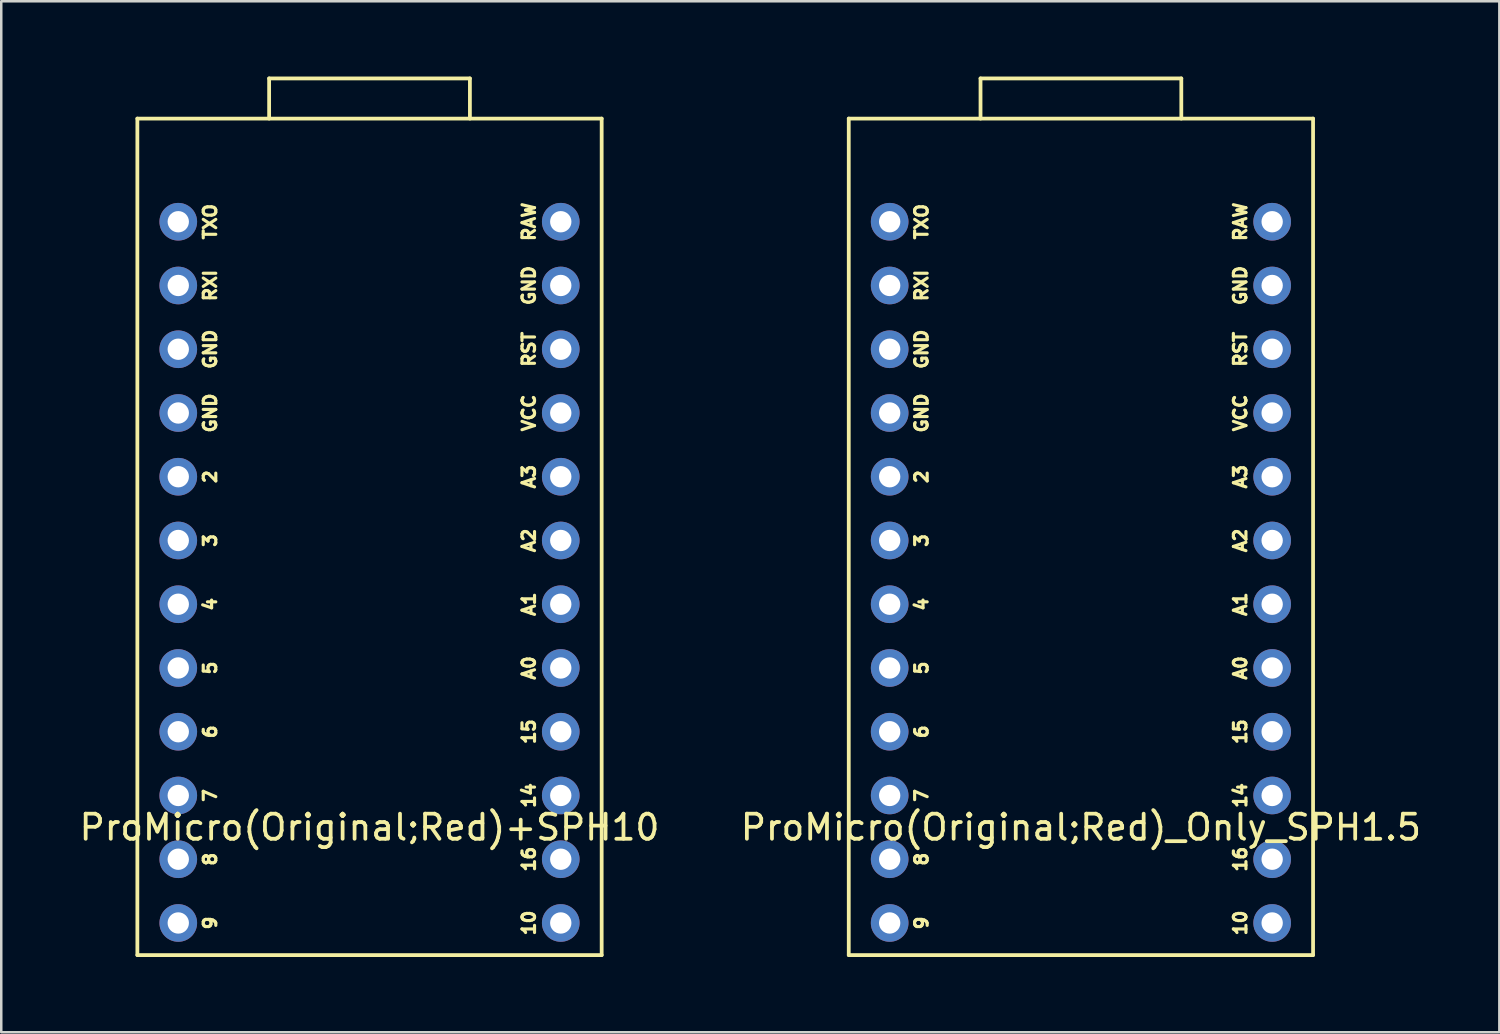
<source format=kicad_pcb>
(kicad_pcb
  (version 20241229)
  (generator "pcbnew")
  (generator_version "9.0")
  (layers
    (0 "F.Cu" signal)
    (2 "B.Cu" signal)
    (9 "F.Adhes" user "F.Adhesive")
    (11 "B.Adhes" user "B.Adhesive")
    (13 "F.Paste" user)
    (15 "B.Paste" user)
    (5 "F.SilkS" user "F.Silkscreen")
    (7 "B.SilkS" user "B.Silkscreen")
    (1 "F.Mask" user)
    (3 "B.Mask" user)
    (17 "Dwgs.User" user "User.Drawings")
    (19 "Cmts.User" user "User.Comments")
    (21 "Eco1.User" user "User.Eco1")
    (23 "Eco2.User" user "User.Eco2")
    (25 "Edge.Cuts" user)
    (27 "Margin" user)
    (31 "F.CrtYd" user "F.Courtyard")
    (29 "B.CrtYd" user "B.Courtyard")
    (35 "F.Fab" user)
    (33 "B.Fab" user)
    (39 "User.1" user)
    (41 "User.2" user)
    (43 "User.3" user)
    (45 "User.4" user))
  (footprint "ProMicro(Original;Red)_Only_SPH1.5"
    (layer "F.Cu")
    (at 32.398 5.785)
    (property "Reference" "ProMicro(Original;Red)_Only_SPH1.5" (at 7.62 24.13 0) (layer "F.SilkS") (effects (font (size 1 1) (thickness 0.15))))
    (attr through_hole)
    (fp_line (start -1.63 -4.11) (end -1.63 29.22) (stroke (width 0.15) (type solid)) (layer "F.SilkS"))
    (fp_line (start -1.63 29.22) (end 16.87 29.22) (stroke (width 0.15) (type solid)) (layer "F.SilkS"))
    (fp_line (start 3.62 -5.71) (end 11.62 -5.71) (stroke (width 0.15) (type solid)) (layer "F.SilkS"))
    (fp_line (start 3.62 -4.11) (end 3.62 -5.71) (stroke (width 0.15) (type solid)) (layer "F.SilkS"))
    (fp_line (start 11.62 -5.71) (end 11.62 -4.11) (stroke (width 0.15) (type solid)) (layer "F.SilkS"))
    (fp_line (start 16.87 -4.11) (end -1.63 -4.11) (stroke (width 0.15) (type solid)) (layer "F.SilkS"))
    (fp_line (start 16.87 29.22) (end 16.87 -4.11) (stroke (width 0.15) (type solid)) (layer "F.SilkS"))
    (fp_text user "RST" (at 13.97 5.08 90) (layer "F.SilkS") (effects (font (size 0.5 0.5) (thickness 0.125))))
    (fp_text user "5" (at 1.27 17.78 90) (layer "F.SilkS") (effects (font (size 0.5 0.5) (thickness 0.125))))
    (fp_text user "TXO" (at 1.27 0 90) (layer "F.SilkS") (effects (font (size 0.5 0.5) (thickness 0.125))))
    (fp_text user "8" (at 1.27 25.4 90) (layer "F.SilkS") (effects (font (size 0.5 0.5) (thickness 0.125))))
    (fp_text user "RAW" (at 13.97 0 90) (layer "F.SilkS") (effects (font (size 0.5 0.5) (thickness 0.125))))
    (fp_text user "A0" (at 13.97 17.78 90) (layer "F.SilkS") (effects (font (size 0.5 0.5) (thickness 0.125))))
    (fp_text user "GND" (at 1.27 5.08 90) (layer "F.SilkS") (effects (font (size 0.5 0.5) (thickness 0.125))))
    (fp_text user "VCC" (at 13.97 7.62 90) (layer "F.SilkS") (effects (font (size 0.5 0.5) (thickness 0.125))))
    (fp_text user "9" (at 1.27 27.94 90) (layer "F.SilkS") (effects (font (size 0.5 0.5) (thickness 0.125))))
    (fp_text user "4" (at 1.27 15.24 90) (layer "F.SilkS") (effects (font (size 0.5 0.5) (thickness 0.125))))
    (fp_text user "16" (at 13.97 25.4 90) (layer "F.SilkS") (effects (font (size 0.5 0.5) (thickness 0.125))))
    (fp_text user "A2" (at 13.97 12.7 90) (layer "F.SilkS") (effects (font (size 0.5 0.5) (thickness 0.125))))
    (fp_text user "7" (at 1.27 22.86 90) (layer "F.SilkS") (effects (font (size 0.5 0.5) (thickness 0.125))))
    (fp_text user "RXI" (at 1.27 2.54 90) (layer "F.SilkS") (effects (font (size 0.5 0.5) (thickness 0.125))))
    (fp_text user "15" (at 13.97 20.32 90) (layer "F.SilkS") (effects (font (size 0.5 0.5) (thickness 0.125))))
    (fp_text user "10" (at 13.97 27.94 90) (layer "F.SilkS") (effects (font (size 0.5 0.5) (thickness 0.125))))
    (fp_text user "A3" (at 13.97 10.16 90) (layer "F.SilkS") (effects (font (size 0.5 0.5) (thickness 0.125))))
    (fp_text user "14" (at 13.97 22.86 90) (layer "F.SilkS") (effects (font (size 0.5 0.5) (thickness 0.125))))
    (fp_text user "6" (at 1.27 20.32 90) (layer "F.SilkS") (effects (font (size 0.5 0.5) (thickness 0.125))))
    (fp_text user "3" (at 1.27 12.7 90) (layer "F.SilkS") (effects (font (size 0.5 0.5) (thickness 0.125))))
    (fp_text user "GND" (at 1.27 7.62 90) (layer "F.SilkS") (effects (font (size 0.5 0.5) (thickness 0.125))))
    (fp_text user "2" (at 1.27 10.16 90) (layer "F.SilkS") (effects (font (size 0.5 0.5) (thickness 0.125))))
    (fp_text user "GND" (at 13.97 2.54 90) (layer "F.SilkS") (effects (font (size 0.5 0.5) (thickness 0.125))))
    (fp_text user "A1" (at 13.97 15.24 90) (layer "F.SilkS") (effects (font (size 0.5 0.5) (thickness 0.125))))
    (pad "2" thru_hole circle (at 0 10.16) (size 1.5 1.5) (drill 0.85) (layers "*.Cu" "*.Mask"))
    (pad "3" thru_hole circle (at 0 12.7) (size 1.5 1.5) (drill 0.85) (layers "*.Cu" "*.Mask"))
    (pad "4" thru_hole circle (at 0 15.24) (size 1.5 1.5) (drill 0.85) (layers "*.Cu" "*.Mask"))
    (pad "5" thru_hole circle (at 0 17.78) (size 1.5 1.5) (drill 0.85) (layers "*.Cu" "*.Mask"))
    (pad "6" thru_hole circle (at 0 20.32) (size 1.5 1.5) (drill 0.85) (layers "*.Cu" "*.Mask"))
    (pad "7" thru_hole circle (at 0 22.86) (size 1.5 1.5) (drill 0.85) (layers "*.Cu" "*.Mask"))
    (pad "8" thru_hole circle (at 0 25.4) (size 1.5 1.5) (drill 0.85) (layers "*.Cu" "*.Mask"))
    (pad "9" thru_hole circle (at 0 27.94) (size 1.5 1.5) (drill 0.85) (layers "*.Cu" "*.Mask"))
    (pad "10" thru_hole circle (at 15.24 27.94) (size 1.5 1.5) (drill 0.85) (layers "*.Cu" "*.Mask"))
    (pad "14" thru_hole circle (at 15.24 22.86) (size 1.5 1.5) (drill 0.85) (layers "*.Cu" "*.Mask"))
    (pad "15" thru_hole circle (at 15.24 20.32) (size 1.5 1.5) (drill 0.85) (layers "*.Cu" "*.Mask"))
    (pad "16" thru_hole circle (at 15.24 25.4) (size 1.5 1.5) (drill 0.85) (layers "*.Cu" "*.Mask"))
    (pad "A0" thru_hole circle (at 15.24 17.78) (size 1.5 1.5) (drill 0.85) (layers "*.Cu" "*.Mask"))
    (pad "A1" thru_hole circle (at 15.24 15.24) (size 1.5 1.5) (drill 0.85) (layers "*.Cu" "*.Mask"))
    (pad "A2" thru_hole circle (at 15.24 12.7) (size 1.5 1.5) (drill 0.85) (layers "*.Cu" "*.Mask"))
    (pad "A3" thru_hole circle (at 15.24 10.16) (size 1.5 1.5) (drill 0.85) (layers "*.Cu" "*.Mask"))
    (pad "GND0" thru_hole circle (at 15.24 2.54) (size 1.5 1.5) (drill 0.85) (layers "*.Cu" "*.Mask"))
    (pad "GND1" thru_hole circle (at 0 5.08) (size 1.5 1.5) (drill 0.85) (layers "*.Cu" "*.Mask"))
    (pad "GND2" thru_hole circle (at 0 7.62) (size 1.5 1.5) (drill 0.85) (layers "*.Cu" "*.Mask"))
    (pad "RAW" thru_hole circle (at 15.24 0) (size 1.5 1.5) (drill 0.85) (layers "*.Cu" "*.Mask"))
    (pad "RST" thru_hole circle (at 15.24 5.08) (size 1.5 1.5) (drill 0.85) (layers "*.Cu" "*.Mask"))
    (pad "RXI" thru_hole circle (at 0 2.54) (size 1.5 1.5) (drill 0.85) (layers "*.Cu" "*.Mask"))
    (pad "TXO" thru_hole circle (at 0 0 90) (size 1.5 1.5) (drill 0.85) (layers "*.Cu" "*.Mask"))
    (pad "VCC" thru_hole circle (at 15.24 7.62) (size 1.5 1.5) (drill 0.85) (layers "*.Cu" "*.Mask")))
  (footprint "ProMicro(Original;Red)+SPH10"
    (layer "F.Cu")
    (at 4.053 5.785)
    (property "Reference" "ProMicro(Original;Red)+SPH10" (at 7.62 24.13 0) (layer "F.SilkS") (effects (font (size 1 1) (thickness 0.15))))
    (attr through_hole)
    (fp_line (start -1.63 -4.11) (end -1.63 29.22) (stroke (width 0.15) (type solid)) (layer "F.SilkS"))
    (fp_line (start -1.63 29.22) (end 16.87 29.22) (stroke (width 0.15) (type solid)) (layer "F.SilkS"))
    (fp_line (start 3.62 -5.71) (end 11.62 -5.71) (stroke (width 0.15) (type solid)) (layer "F.SilkS"))
    (fp_line (start 3.62 -4.11) (end 3.62 -5.71) (stroke (width 0.15) (type solid)) (layer "F.SilkS"))
    (fp_line (start 11.62 -5.71) (end 11.62 -4.11) (stroke (width 0.15) (type solid)) (layer "F.SilkS"))
    (fp_line (start 16.87 -4.11) (end -1.63 -4.11) (stroke (width 0.15) (type solid)) (layer "F.SilkS"))
    (fp_line (start 16.87 29.22) (end 16.87 -4.11) (stroke (width 0.15) (type solid)) (layer "F.SilkS"))
    (fp_text user "VCC" (at 13.97 7.62 90) (layer "F.SilkS") (effects (font (size 0.5 0.5) (thickness 0.125))))
    (fp_text user "5" (at 1.27 17.78 90) (layer "F.SilkS") (effects (font (size 0.5 0.5) (thickness 0.125))))
    (fp_text user "A0" (at 13.97 17.78 90) (layer "F.SilkS") (effects (font (size 0.5 0.5) (thickness 0.125))))
    (fp_text user "8" (at 1.27 25.4 90) (layer "F.SilkS") (effects (font (size 0.5 0.5) (thickness 0.125))))
    (fp_text user "7" (at 1.27 22.86 90) (layer "F.SilkS") (effects (font (size 0.5 0.5) (thickness 0.125))))
    (fp_text user "3" (at 1.27 12.7 90) (layer "F.SilkS") (effects (font (size 0.5 0.5) (thickness 0.125))))
    (fp_text user "RXI" (at 1.27 2.54 90) (layer "F.SilkS") (effects (font (size 0.5 0.5) (thickness 0.125))))
    (fp_text user "RST" (at 13.97 5.08 90) (layer "F.SilkS") (effects (font (size 0.5 0.5) (thickness 0.125))))
    (fp_text user "GND" (at 1.27 5.08 90) (layer "F.SilkS") (effects (font (size 0.5 0.5) (thickness 0.125))))
    (fp_text user "2" (at 1.27 10.16 90) (layer "F.SilkS") (effects (font (size 0.5 0.5) (thickness 0.125))))
    (fp_text user "9" (at 1.27 27.94 90) (layer "F.SilkS") (effects (font (size 0.5 0.5) (thickness 0.125))))
    (fp_text user "15" (at 13.97 20.32 90) (layer "F.SilkS") (effects (font (size 0.5 0.5) (thickness 0.125))))
    (fp_text user "10" (at 13.97 27.94 90) (layer "F.SilkS") (effects (font (size 0.5 0.5) (thickness 0.125))))
    (fp_text user "16" (at 13.97 25.4 90) (layer "F.SilkS") (effects (font (size 0.5 0.5) (thickness 0.125))))
    (fp_text user "A1" (at 13.97 15.24 90) (layer "F.SilkS") (effects (font (size 0.5 0.5) (thickness 0.125))))
    (fp_text user "A3" (at 13.97 10.16 90) (layer "F.SilkS") (effects (font (size 0.5 0.5) (thickness 0.125))))
    (fp_text user "RAW" (at 13.97 0 90) (layer "F.SilkS") (effects (font (size 0.5 0.5) (thickness 0.125))))
    (fp_text user "4" (at 1.27 15.24 90) (layer "F.SilkS") (effects (font (size 0.5 0.5) (thickness 0.125))))
    (fp_text user "GND" (at 13.97 2.54 90) (layer "F.SilkS") (effects (font (size 0.5 0.5) (thickness 0.125))))
    (fp_text user "6" (at 1.27 20.32 90) (layer "F.SilkS") (effects (font (size 0.5 0.5) (thickness 0.125))))
    (fp_text user "GND" (at 1.27 7.62 90) (layer "F.SilkS") (effects (font (size 0.5 0.5) (thickness 0.125))))
    (fp_text user "14" (at 13.97 22.86 90) (layer "F.SilkS") (effects (font (size 0.5 0.5) (thickness 0.125))))
    (fp_text user "A2" (at 13.97 12.7 90) (layer "F.SilkS") (effects (font (size 0.5 0.5) (thickness 0.125))))
    (fp_text user "TXO" (at 1.27 0 90) (layer "F.SilkS") (effects (font (size 0.5 0.5) (thickness 0.125))))
    (pad "2" thru_hole circle (at 0 10.16) (size 1.5 1.5) (drill 0.85) (layers "*.Cu" "*.Mask"))
    (pad "3" thru_hole circle (at 0 12.7) (size 1.5 1.5) (drill 0.85) (layers "*.Cu" "*.Mask"))
    (pad "4" thru_hole circle (at 0 15.24) (size 1.5 1.5) (drill 0.85) (layers "*.Cu" "*.Mask"))
    (pad "5" thru_hole circle (at 0 17.78) (size 1.5 1.5) (drill 0.85) (layers "*.Cu" "*.Mask"))
    (pad "6" thru_hole circle (at 0 20.32) (size 1.5 1.5) (drill 0.85) (layers "*.Cu" "*.Mask"))
    (pad "7" thru_hole circle (at 0 22.86) (size 1.5 1.5) (drill 0.85) (layers "*.Cu" "*.Mask"))
    (pad "8" thru_hole circle (at 0 25.4) (size 1.5 1.5) (drill 0.85) (layers "*.Cu" "*.Mask"))
    (pad "9" thru_hole circle (at 0 27.94) (size 1.5 1.5) (drill 0.85) (layers "*.Cu" "*.Mask"))
    (pad "10" thru_hole circle (at 15.24 27.94) (size 1.5 1.5) (drill 0.85) (layers "*.Cu" "*.Mask"))
    (pad "14" thru_hole circle (at 15.24 22.86) (size 1.5 1.5) (drill 0.85) (layers "*.Cu" "*.Mask"))
    (pad "15" thru_hole circle (at 15.24 20.32) (size 1.5 1.5) (drill 0.85) (layers "*.Cu" "*.Mask"))
    (pad "16" thru_hole circle (at 15.24 25.4) (size 1.5 1.5) (drill 0.85) (layers "*.Cu" "*.Mask"))
    (pad "A0" thru_hole circle (at 15.24 17.78) (size 1.5 1.5) (drill 0.85) (layers "*.Cu" "*.Mask"))
    (pad "A1" thru_hole circle (at 15.24 15.24) (size 1.5 1.5) (drill 0.85) (layers "*.Cu" "*.Mask"))
    (pad "A2" thru_hole circle (at 15.24 12.7) (size 1.5 1.5) (drill 0.85) (layers "*.Cu" "*.Mask"))
    (pad "A3" thru_hole circle (at 15.24 10.16) (size 1.5 1.5) (drill 0.85) (layers "*.Cu" "*.Mask"))
    (pad "GND0" thru_hole circle (at 15.24 2.54) (size 1.5 1.5) (drill 0.85) (layers "*.Cu" "*.Mask"))
    (pad "GND1" thru_hole circle (at 0 5.08) (size 1.5 1.5) (drill 0.85) (layers "*.Cu" "*.Mask"))
    (pad "GND2" thru_hole circle (at 0 7.62) (size 1.5 1.5) (drill 0.85) (layers "*.Cu" "*.Mask"))
    (pad "RAW" thru_hole circle (at 15.24 0) (size 1.5 1.5) (drill 0.85) (layers "*.Cu" "*.Mask"))
    (pad "RST" thru_hole circle (at 15.24 5.08) (size 1.5 1.5) (drill 0.85) (layers "*.Cu" "*.Mask"))
    (pad "RXI" thru_hole circle (at 0 2.54) (size 1.5 1.5) (drill 0.85) (layers "*.Cu" "*.Mask"))
    (pad "TXO" thru_hole circle (at 0 0 90) (size 1.5 1.5) (drill 0.85) (layers "*.Cu" "*.Mask"))
    (pad "VCC" thru_hole circle (at 15.24 7.62) (size 1.5 1.5) (drill 0.85) (layers "*.Cu" "*.Mask")))
  (gr_rect
    (start -3 -3)
    (end 56.69 38.08)
    (stroke (width 0.1) (type default))
    (fill no)
    (layer "Edge.Cuts")))
</source>
